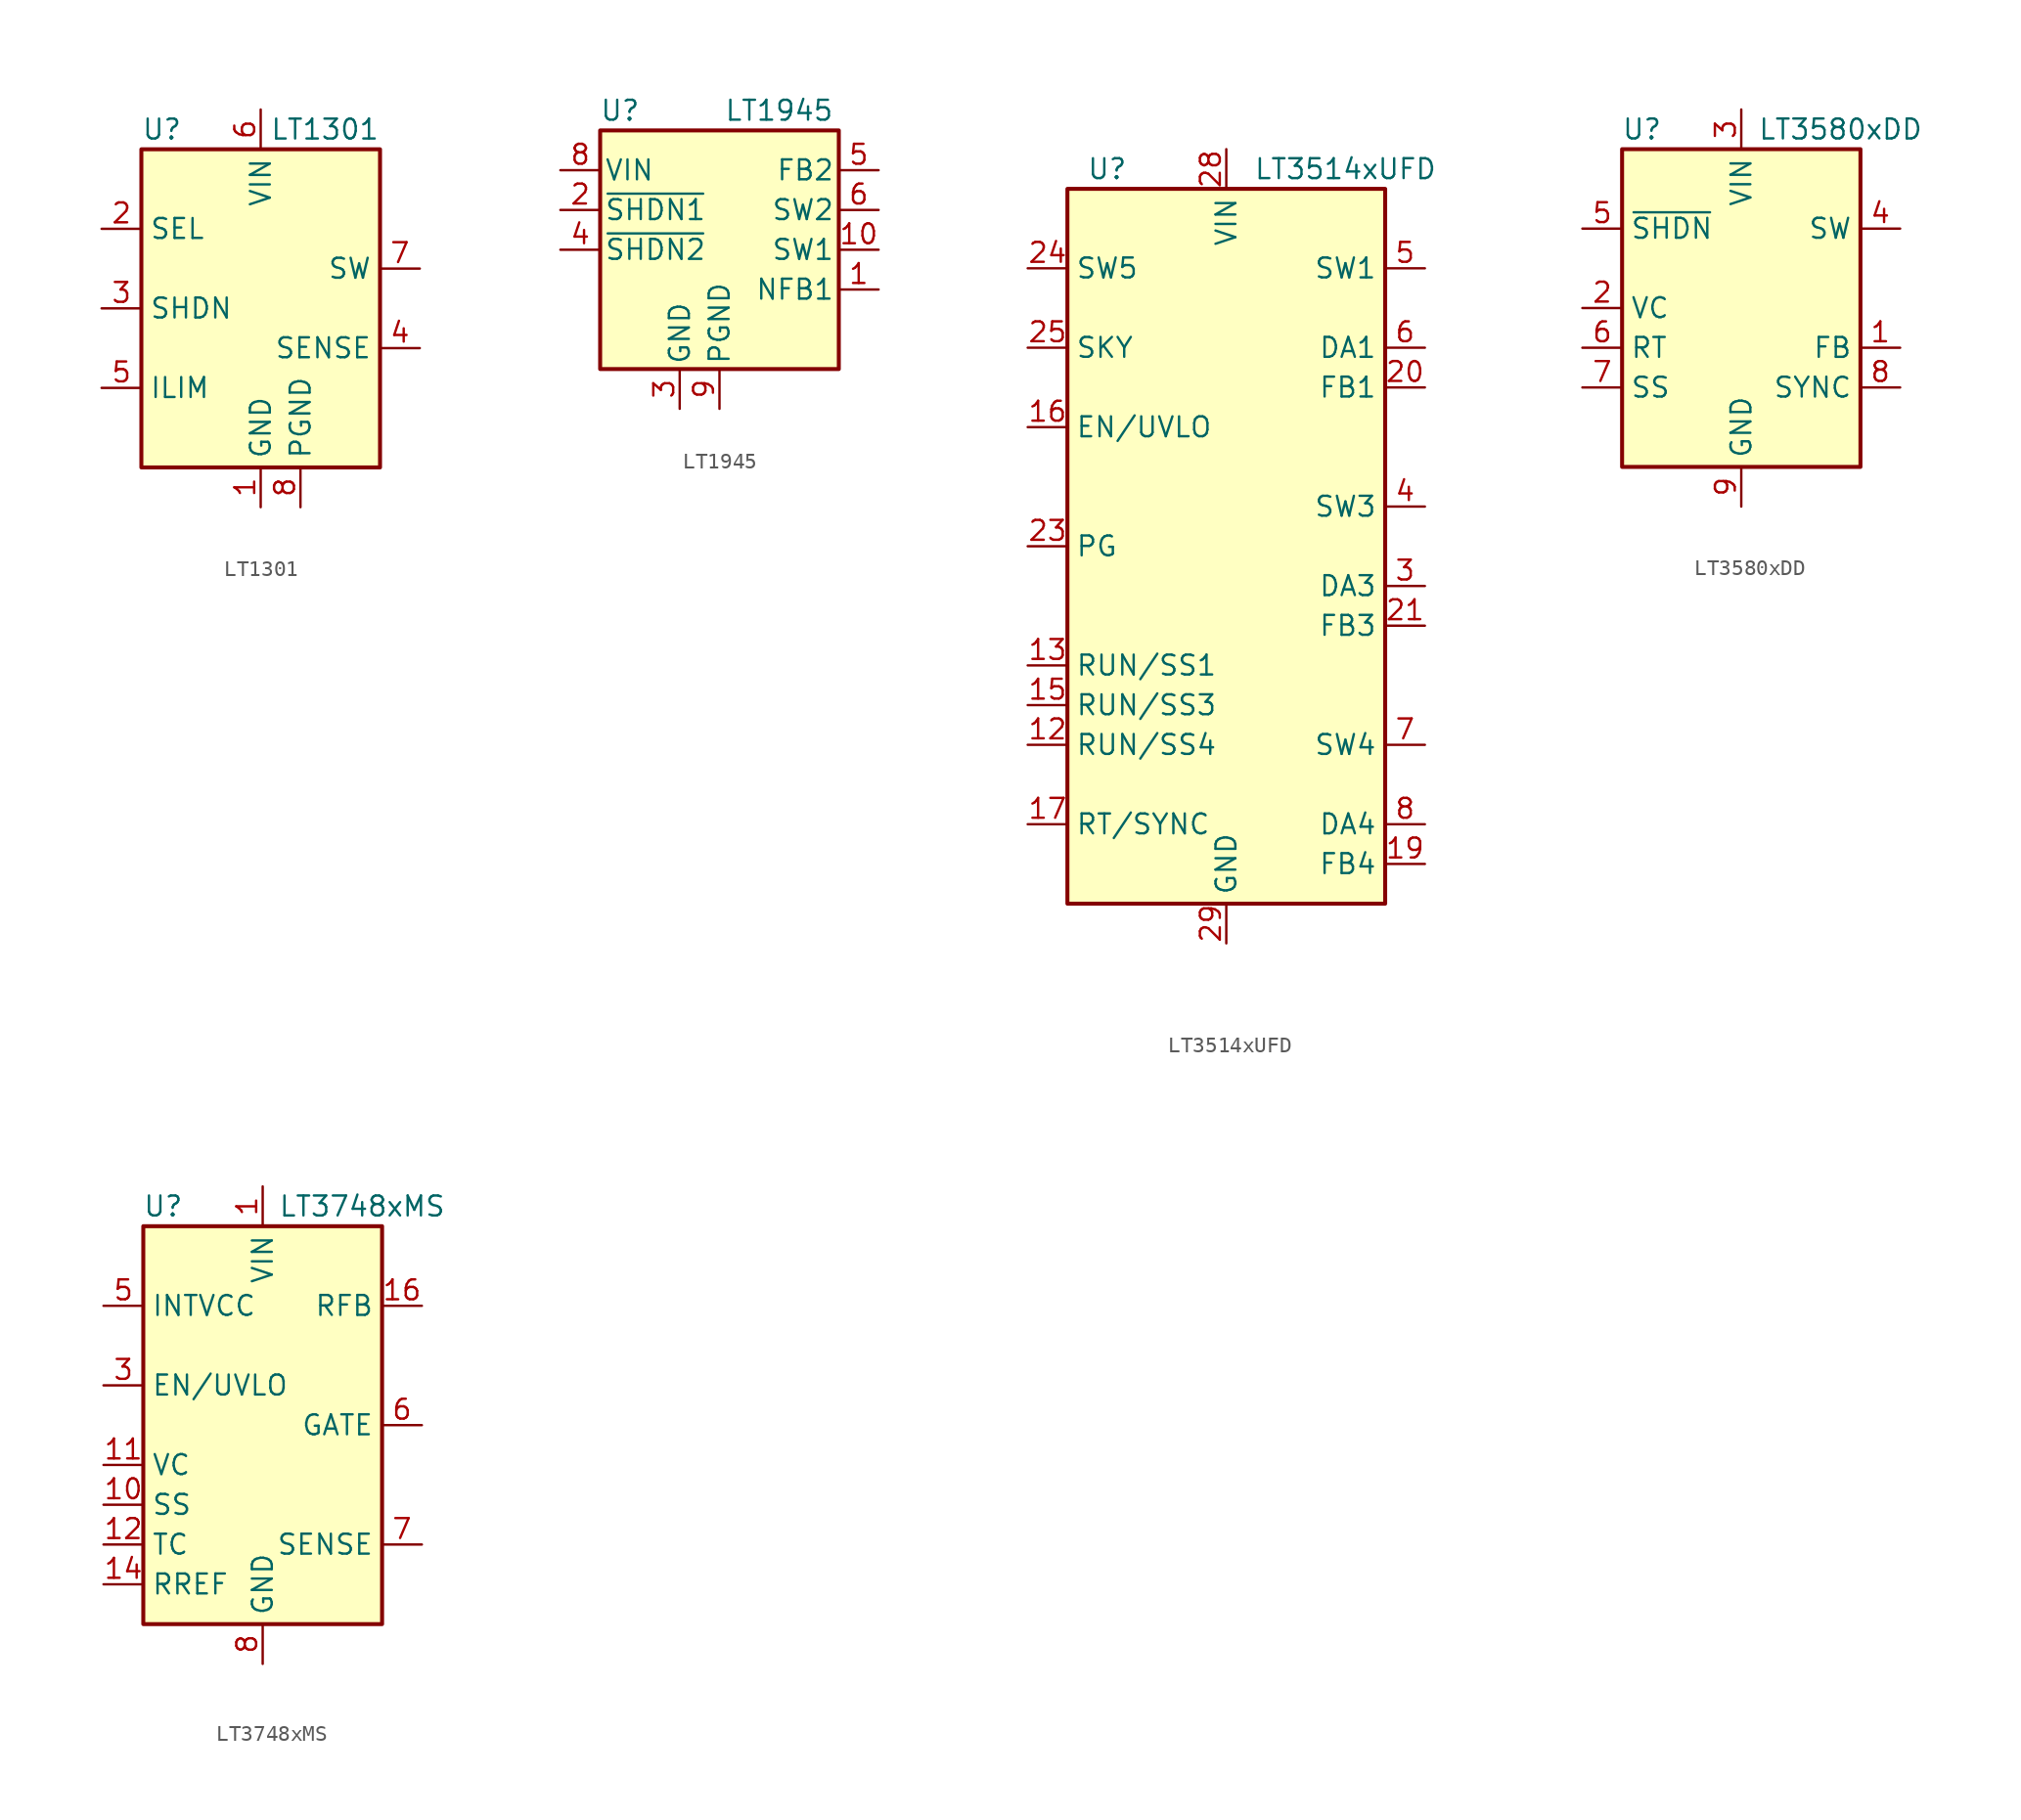
<source format=kicad_sym>
(kicad_symbol_lib
  (version 20201005)
  (generator kicad_symbol_editor)
  (symbol "LT1301"
    (property "Reference" "U"
      (at -7.62 11.43 0)
      (effects (font (size 1.27 1.27)) (justify left)))
    (property "Value" "LT1301"
      (at 7.62 11.43 0)
      (effects (font (size 1.27 1.27)) (justify right)))
    (symbol "LT1301_0_1"
      (rectangle (start -7.62 10.16) (end 7.62 -10.16) (stroke (width 0.254)) (fill (type background))))
    (symbol "LT1301_1_1"
      (pin power_in line (at 0 -12.7 90) (length 2.54) (name "GND" (effects (font (size 1.27 1.27)))) (number "1" (effects (font (size 1.27 1.27)))))
      (pin input line (at -10.16 5.08 0) (length 2.54) (name "SEL" (effects (font (size 1.27 1.27)))) (number "2" (effects (font (size 1.27 1.27)))))
      (pin input line (at -10.16 0 0) (length 2.54) (name "SHDN" (effects (font (size 1.27 1.27)))) (number "3" (effects (font (size 1.27 1.27)))))
      (pin input line (at 10.16 -2.54 180) (length 2.54) (name "SENSE" (effects (font (size 1.27 1.27)))) (number "4" (effects (font (size 1.27 1.27)))))
      (pin passive line (at -10.16 -5.08 0) (length 2.54) (name "ILIM" (effects (font (size 1.27 1.27)))) (number "5" (effects (font (size 1.27 1.27)))))
      (pin power_in line (at 0 12.7 270) (length 2.54) (name "VIN" (effects (font (size 1.27 1.27)))) (number "6" (effects (font (size 1.27 1.27)))))
      (pin passive line (at 10.16 2.54 180) (length 2.54) (name "SW" (effects (font (size 1.27 1.27)))) (number "7" (effects (font (size 1.27 1.27)))))
      (pin power_in line (at 2.54 -12.7 90) (length 2.54) (name "PGND" (effects (font (size 1.27 1.27)))) (number "8" (effects (font (size 1.27 1.27)))))))
  (symbol "LT1945"
    (pin_names
      (offset 0.254))
    (property "Reference" "U"
      (at -6.35 11.43 0)
      (effects (font (size 1.27 1.27))))
    (property "Value" "LT1945"
      (at 3.81 11.43 0)
      (effects (font (size 1.27 1.27))))
    (symbol "LT1945_0_1"
      (rectangle (start -7.62 10.16) (end 7.62 -5.08) (stroke (width 0.254)) (fill (type background))))
    (symbol "LT1945_1_1"
      (pin input line (at 10.16 0 180) (length 2.54) (name "NFB1" (effects (font (size 1.27 1.27)))) (number "1" (effects (font (size 1.27 1.27)))))
      (pin power_out line (at 10.16 2.54 180) (length 2.54) (name "SW1" (effects (font (size 1.27 1.27)))) (number "10" (effects (font (size 1.27 1.27)))))
      (pin input line (at -10.16 5.08 0) (length 2.54) (name "~SHDN1" (effects (font (size 1.27 1.27)))) (number "2" (effects (font (size 1.27 1.27)))))
      (pin power_in line (at -2.54 -7.62 90) (length 2.54) (name "GND" (effects (font (size 1.27 1.27)))) (number "3" (effects (font (size 1.27 1.27)))))
      (pin input line (at -10.16 2.54 0) (length 2.54) (name "~SHDN2" (effects (font (size 1.27 1.27)))) (number "4" (effects (font (size 1.27 1.27)))))
      (pin input line (at 10.16 7.62 180) (length 2.54) (name "FB2" (effects (font (size 1.27 1.27)))) (number "5" (effects (font (size 1.27 1.27)))))
      (pin power_out line (at 10.16 5.08 180) (length 2.54) (name "SW2" (effects (font (size 1.27 1.27)))) (number "6" (effects (font (size 1.27 1.27)))))
      (pin passive line (at 0 -7.62 90) (length 2.54) hide (name "PGND" (effects (font (size 1.27 1.27)))) (number "7" (effects (font (size 1.27 1.27)))))
      (pin power_in line (at -10.16 7.62 0) (length 2.54) (name "VIN" (effects (font (size 1.27 1.27)))) (number "8" (effects (font (size 1.27 1.27)))))
      (pin power_in line (at 0 -7.62 90) (length 2.54) (name "PGND" (effects (font (size 1.27 1.27)))) (number "9" (effects (font (size 1.27 1.27)))))))
  (symbol "LT3514xUFD"
    (property "Reference" "U"
      (at -7.62 24.13 0)
      (effects (font (size 1.27 1.27))))
    (property "Value" "LT3514xUFD"
      (at 7.62 24.13 0)
      (effects (font (size 1.27 1.27))))
    (symbol "LT3514xUFD_0_1"
      (rectangle (start -10.16 22.86) (end 10.16 -22.86) (stroke (width 0.254)) (fill (type background))))
    (symbol "LT3514xUFD_1_1"
      (pin no_connect line (at -10.16 5.08 0) (length 2.54) hide (name "NC" (effects (font (size 1.27 1.27)))) (number "1" (effects (font (size 1.27 1.27)))))
      (pin passive line (at 0 -25.4 90) (length 2.54) hide (name "GND" (effects (font (size 1.27 1.27)))) (number "10" (effects (font (size 1.27 1.27)))))
      (pin passive line (at 0 25.4 270) (length 2.54) hide (name "VIN" (effects (font (size 1.27 1.27)))) (number "11" (effects (font (size 1.27 1.27)))))
      (pin input line (at -12.7 -12.7 0) (length 2.54) (name "RUN/SS4" (effects (font (size 1.27 1.27)))) (number "12" (effects (font (size 1.27 1.27)))))
      (pin input line (at -12.7 -7.62 0) (length 2.54) (name "RUN/SS1" (effects (font (size 1.27 1.27)))) (number "13" (effects (font (size 1.27 1.27)))))
      (pin no_connect line (at -10.16 -2.54 0) (length 2.54) hide (name "NC" (effects (font (size 1.27 1.27)))) (number "14" (effects (font (size 1.27 1.27)))))
      (pin input line (at -12.7 -10.16 0) (length 2.54) (name "RUN/SS3" (effects (font (size 1.27 1.27)))) (number "15" (effects (font (size 1.27 1.27)))))
      (pin input line (at -12.7 7.62 0) (length 2.54) (name "EN/UVLO" (effects (font (size 1.27 1.27)))) (number "16" (effects (font (size 1.27 1.27)))))
      (pin passive line (at -12.7 -17.78 0) (length 2.54) (name "RT/SYNC" (effects (font (size 1.27 1.27)))) (number "17" (effects (font (size 1.27 1.27)))))
      (pin passive line (at 0 -25.4 90) (length 2.54) hide (name "GND" (effects (font (size 1.27 1.27)))) (number "18" (effects (font (size 1.27 1.27)))))
      (pin input line (at 12.7 -20.32 180) (length 2.54) (name "FB4" (effects (font (size 1.27 1.27)))) (number "19" (effects (font (size 1.27 1.27)))))
      (pin no_connect line (at -10.16 2.54 0) (length 2.54) hide (name "NC" (effects (font (size 1.27 1.27)))) (number "2" (effects (font (size 1.27 1.27)))))
      (pin input line (at 12.7 10.16 180) (length 2.54) (name "FB1" (effects (font (size 1.27 1.27)))) (number "20" (effects (font (size 1.27 1.27)))))
      (pin input line (at 12.7 -5.08 180) (length 2.54) (name "FB3" (effects (font (size 1.27 1.27)))) (number "21" (effects (font (size 1.27 1.27)))))
      (pin no_connect line (at -10.16 -5.08 0) (length 2.54) hide (name "NC" (effects (font (size 1.27 1.27)))) (number "22" (effects (font (size 1.27 1.27)))))
      (pin open_collector line (at -12.7 0 0) (length 2.54) (name "PG" (effects (font (size 1.27 1.27)))) (number "23" (effects (font (size 1.27 1.27)))))
      (pin open_collector line (at -12.7 17.78 0) (length 2.54) (name "SW5" (effects (font (size 1.27 1.27)))) (number "24" (effects (font (size 1.27 1.27)))))
      (pin passive line (at -12.7 12.7 0) (length 2.54) (name "SKY" (effects (font (size 1.27 1.27)))) (number "25" (effects (font (size 1.27 1.27)))))
      (pin passive line (at 0 25.4 270) (length 2.54) hide (name "VIN" (effects (font (size 1.27 1.27)))) (number "26" (effects (font (size 1.27 1.27)))))
      (pin passive line (at 0 -25.4 90) (length 2.54) hide (name "GND" (effects (font (size 1.27 1.27)))) (number "27" (effects (font (size 1.27 1.27)))))
      (pin power_in line (at 0 25.4 270) (length 2.54) (name "VIN" (effects (font (size 1.27 1.27)))) (number "28" (effects (font (size 1.27 1.27)))))
      (pin power_in line (at 0 -25.4 90) (length 2.54) (name "GND" (effects (font (size 1.27 1.27)))) (number "29" (effects (font (size 1.27 1.27)))))
      (pin input line (at 12.7 -2.54 180) (length 2.54) (name "DA3" (effects (font (size 1.27 1.27)))) (number "3" (effects (font (size 1.27 1.27)))))
      (pin power_out line (at 12.7 2.54 180) (length 2.54) (name "SW3" (effects (font (size 1.27 1.27)))) (number "4" (effects (font (size 1.27 1.27)))))
      (pin power_out line (at 12.7 17.78 180) (length 2.54) (name "SW1" (effects (font (size 1.27 1.27)))) (number "5" (effects (font (size 1.27 1.27)))))
      (pin input line (at 12.7 12.7 180) (length 2.54) (name "DA1" (effects (font (size 1.27 1.27)))) (number "6" (effects (font (size 1.27 1.27)))))
      (pin power_out line (at 12.7 -12.7 180) (length 2.54) (name "SW4" (effects (font (size 1.27 1.27)))) (number "7" (effects (font (size 1.27 1.27)))))
      (pin input line (at 12.7 -17.78 180) (length 2.54) (name "DA4" (effects (font (size 1.27 1.27)))) (number "8" (effects (font (size 1.27 1.27)))))
      (pin passive line (at 0 25.4 270) (length 2.54) hide (name "VIN" (effects (font (size 1.27 1.27)))) (number "9" (effects (font (size 1.27 1.27)))))))
  (symbol "LT3580xDD"
    (property "Reference" "U"
      (at -6.35 11.43 0)
      (effects (font (size 1.27 1.27))))
    (property "Value" "LT3580xDD"
      (at 6.35 11.43 0)
      (effects (font (size 1.27 1.27))))
    (symbol "LT3580xDD_0_1"
      (rectangle (start -7.62 10.16) (end 7.62 -10.16) (stroke (width 0.254)) (fill (type background))))
    (symbol "LT3580xDD_1_1"
      (pin input line (at 10.16 -2.54 180) (length 2.54) (name "FB" (effects (font (size 1.27 1.27)))) (number "1" (effects (font (size 1.27 1.27)))))
      (pin passive line (at -10.16 0 0) (length 2.54) (name "VC" (effects (font (size 1.27 1.27)))) (number "2" (effects (font (size 1.27 1.27)))))
      (pin power_in line (at 0 12.7 270) (length 2.54) (name "VIN" (effects (font (size 1.27 1.27)))) (number "3" (effects (font (size 1.27 1.27)))))
      (pin open_collector line (at 10.16 5.08 180) (length 2.54) (name "SW" (effects (font (size 1.27 1.27)))) (number "4" (effects (font (size 1.27 1.27)))))
      (pin input line (at -10.16 5.08 0) (length 2.54) (name "~SHDN" (effects (font (size 1.27 1.27)))) (number "5" (effects (font (size 1.27 1.27)))))
      (pin passive line (at -10.16 -2.54 0) (length 2.54) (name "RT" (effects (font (size 1.27 1.27)))) (number "6" (effects (font (size 1.27 1.27)))))
      (pin passive line (at -10.16 -5.08 0) (length 2.54) (name "SS" (effects (font (size 1.27 1.27)))) (number "7" (effects (font (size 1.27 1.27)))))
      (pin input line (at 10.16 -5.08 180) (length 2.54) (name "SYNC" (effects (font (size 1.27 1.27)))) (number "8" (effects (font (size 1.27 1.27)))))
      (pin power_in line (at 0 -12.7 90) (length 2.54) (name "GND" (effects (font (size 1.27 1.27)))) (number "9" (effects (font (size 1.27 1.27)))))))
  (symbol "LT3748xMS"
    (property "Reference" "U"
      (at -6.35 13.97 0)
      (effects (font (size 1.27 1.27))))
    (property "Value" "LT3748xMS"
      (at 6.35 13.97 0)
      (effects (font (size 1.27 1.27))))
    (symbol "LT3748xMS_0_1"
      (rectangle (start 7.62 12.7) (end -7.62 -12.7) (stroke (width 0.254)) (fill (type background))))
    (symbol "LT3748xMS_1_1"
      (pin power_in line (at 0 15.24 270) (length 2.54) (name "VIN" (effects (font (size 1.27 1.27)))) (number "1" (effects (font (size 1.27 1.27)))))
      (pin passive line (at -10.16 -5.08 0) (length 2.54) (name "SS" (effects (font (size 1.27 1.27)))) (number "10" (effects (font (size 1.27 1.27)))))
      (pin passive line (at -10.16 -2.54 0) (length 2.54) (name "VC" (effects (font (size 1.27 1.27)))) (number "11" (effects (font (size 1.27 1.27)))))
      (pin passive line (at -10.16 -7.62 0) (length 2.54) (name "TC" (effects (font (size 1.27 1.27)))) (number "12" (effects (font (size 1.27 1.27)))))
      (pin passive line (at -10.16 -10.16 0) (length 2.54) (name "RREF" (effects (font (size 1.27 1.27)))) (number "14" (effects (font (size 1.27 1.27)))))
      (pin input line (at 10.16 7.62 180) (length 2.54) (name "RFB" (effects (font (size 1.27 1.27)))) (number "16" (effects (font (size 1.27 1.27)))))
      (pin input line (at -10.16 2.54 0) (length 2.54) (name "EN/UVLO" (effects (font (size 1.27 1.27)))) (number "3" (effects (font (size 1.27 1.27)))))
      (pin passive line (at -10.16 7.62 0) (length 2.54) (name "INTVCC" (effects (font (size 1.27 1.27)))) (number "5" (effects (font (size 1.27 1.27)))))
      (pin output line (at 10.16 0 180) (length 2.54) (name "GATE" (effects (font (size 1.27 1.27)))) (number "6" (effects (font (size 1.27 1.27)))))
      (pin input line (at 10.16 -7.62 180) (length 2.54) (name "SENSE" (effects (font (size 1.27 1.27)))) (number "7" (effects (font (size 1.27 1.27)))))
      (pin power_in line (at 0 -15.24 90) (length 2.54) (name "GND" (effects (font (size 1.27 1.27)))) (number "8" (effects (font (size 1.27 1.27)))))
      (pin passive line (at 0 -15.24 90) (length 2.54) hide (name "GND" (effects (font (size 1.27 1.27)))) (number "9" (effects (font (size 1.27 1.27))))))))
</source>
